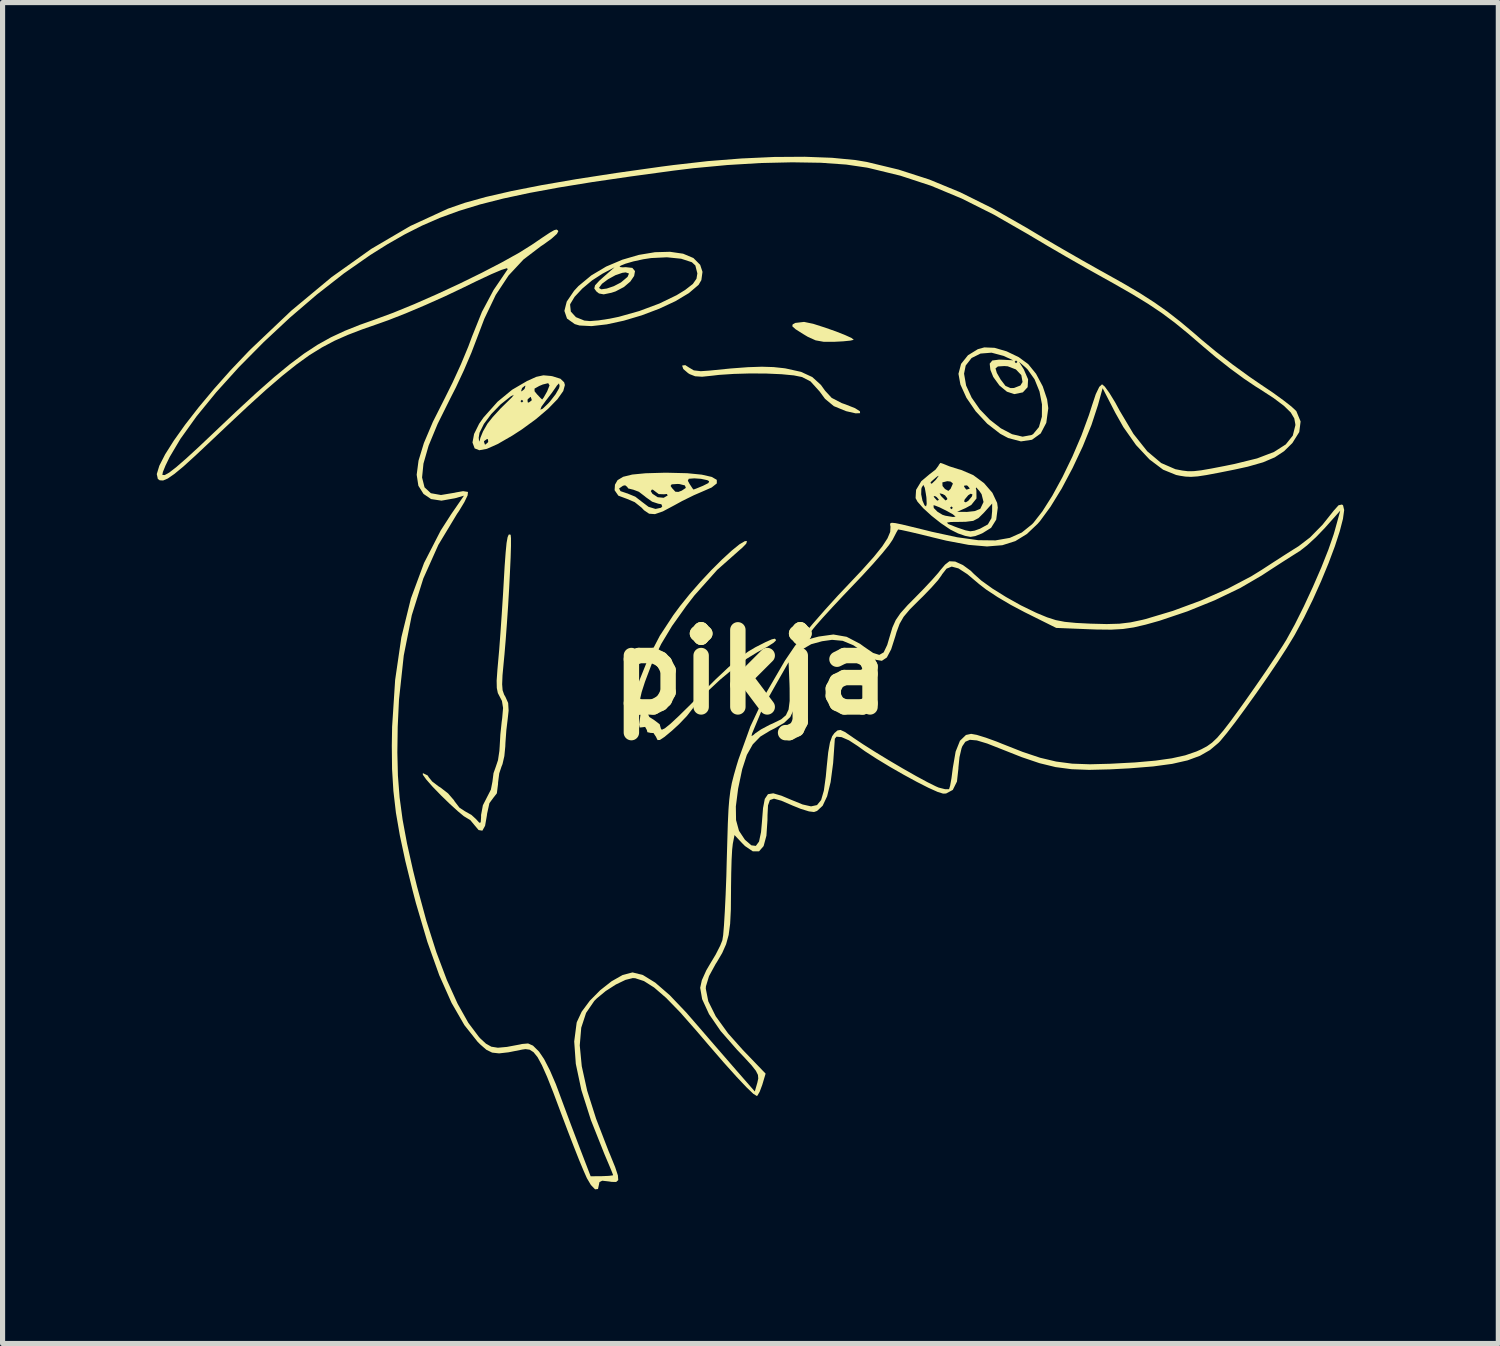
<source format=kicad_pcb>
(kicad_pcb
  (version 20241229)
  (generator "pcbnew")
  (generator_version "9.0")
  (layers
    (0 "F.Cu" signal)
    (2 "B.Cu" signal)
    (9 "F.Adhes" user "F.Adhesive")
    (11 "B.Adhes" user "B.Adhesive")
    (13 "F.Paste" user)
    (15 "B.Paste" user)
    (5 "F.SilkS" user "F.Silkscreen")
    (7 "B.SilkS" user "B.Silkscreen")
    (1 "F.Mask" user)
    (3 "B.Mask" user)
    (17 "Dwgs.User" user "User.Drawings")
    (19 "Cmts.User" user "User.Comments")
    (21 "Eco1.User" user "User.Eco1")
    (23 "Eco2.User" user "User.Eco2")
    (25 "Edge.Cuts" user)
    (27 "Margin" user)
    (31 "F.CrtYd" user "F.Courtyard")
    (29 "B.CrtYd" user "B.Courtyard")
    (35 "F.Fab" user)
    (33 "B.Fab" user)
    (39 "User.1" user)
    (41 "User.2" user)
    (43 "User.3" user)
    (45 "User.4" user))
  (footprint "pikja"
    (layer "F.Cu")
    (at 11.556 10.026)
    (property "Reference" "pikja" (at 0 0 0) (layer "F.SilkS") (effects (font (size 1.5 1.5) (thickness 0.3))))
    (attr board_only exclude_from_pos_files exclude_from_bom)
    (fp_poly (pts (xy 1.216 -6.776) (xy 1.444 -6.703) (xy 1.66 -6.627) (xy 1.839 -6.556) (xy 1.962 -6.5) (xy 2.004 -6.466) (xy 2.003 -6.464) (xy 1.939 -6.449) (xy 1.798 -6.435) (xy 1.631 -6.426) (xy 1.419 -6.426) (xy 1.263 -6.454) (xy 1.112 -6.522) (xy 1.018 -6.578) (xy 0.872 -6.671) (xy 0.809 -6.728) (xy 0.816 -6.764) (xy 0.868 -6.793) (xy 1.038 -6.813)) (stroke (width 0) (type solid)) (fill yes) (layer "F.SilkS"))
    (fp_poly (pts (xy -1.2 -5.925) (xy -1.107 -5.87) (xy -0.972 -5.854) (xy -0.809 -5.865) (xy -0.388 -5.907) (xy -0.053 -5.932) (xy 0.217 -5.941) (xy 0.444 -5.934) (xy 0.649 -5.912) (xy 0.682 -5.907) (xy 0.979 -5.841) (xy 1.198 -5.74) (xy 1.365 -5.588) (xy 1.448 -5.473) (xy 1.575 -5.335) (xy 1.772 -5.233) (xy 1.844 -5.208) (xy 2.029 -5.135) (xy 2.124 -5.075) (xy 2.128 -5.037) (xy 2.041 -5.034) (xy 1.861 -5.075) (xy 1.854 -5.077) (xy 1.617 -5.174) (xy 1.446 -5.316) (xy 1.34 -5.46) (xy 1.164 -5.655) (xy 0.999 -5.74) (xy 0.84 -5.772) (xy 0.6 -5.795) (xy 0.307 -5.808) (xy -0.012 -5.81) (xy -0.329 -5.801) (xy -0.617 -5.782) (xy -0.743 -5.767) (xy -0.946 -5.746) (xy -1.081 -5.755) (xy -1.186 -5.796) (xy -1.22 -5.817) (xy -1.311 -5.896) (xy -1.334 -5.961) (xy -1.332 -5.964) (xy -1.273 -5.972)) (stroke (width 0) (type solid)) (fill yes) (layer "F.SilkS"))
    (fp_poly (pts (xy -0.071 -2.548) (xy -0.088 -2.497) (xy -0.17 -2.413) (xy -0.197 -2.391) (xy -0.652 -1.988) (xy -1.095 -1.491) (xy -1.255 -1.284) (xy -1.531 -0.896) (xy -1.743 -0.544) (xy -1.914 -0.189) (xy -2.057 0.189) (xy -2.121 0.388) (xy -2.149 0.509) (xy -2.143 0.577) (xy -2.105 0.614) (xy -2.104 0.615) (xy -2.034 0.703) (xy -2.021 0.769) (xy -1.972 0.874) (xy -1.885 0.929) (xy -1.771 1.015) (xy -1.748 1.099) (xy -1.73 1.123) (xy -1.671 1.095) (xy -1.564 1.009) (xy -1.402 0.858) (xy -1.178 0.638) (xy -0.997 0.455) (xy -0.686 0.145) (xy -0.433 -0.093) (xy -0.225 -0.271) (xy -0.048 -0.4) (xy 0.09 -0.482) (xy 0.287 -0.582) (xy 0.408 -0.636) (xy 0.469 -0.65) (xy 0.49 -0.629) (xy 0.491 -0.615) (xy 0.446 -0.571) (xy 0.328 -0.495) (xy 0.159 -0.402) (xy 0.134 -0.389) (xy -0.083 -0.256) (xy -0.335 -0.069) (xy -0.594 0.147) (xy -0.834 0.37) (xy -1.03 0.579) (xy -1.142 0.727) (xy -1.243 0.856) (xy -1.394 1.014) (xy -1.531 1.14) (xy -1.679 1.263) (xy -1.767 1.321) (xy -1.812 1.323) (xy -1.836 1.276) (xy -1.839 1.266) (xy -1.892 1.186) (xy -1.945 1.184) (xy -2.01 1.17) (xy -2.021 1.127) (xy -2.054 1.067) (xy -2.107 1.074) (xy -2.16 1.079) (xy -2.172 1.021) (xy -2.155 0.908) (xy -2.138 0.779) (xy -2.157 0.733) (xy -2.201 0.74) (xy -2.277 0.751) (xy -2.309 0.7) (xy -2.297 0.579) (xy -2.24 0.377) (xy -2.162 0.153) (xy -1.978 -0.304) (xy -1.768 -0.707) (xy -1.508 -1.104) (xy -1.377 -1.281) (xy -1.188 -1.516) (xy -0.98 -1.754) (xy -0.766 -1.983) (xy -0.558 -2.19) (xy -0.371 -2.362) (xy -0.218 -2.486) (xy -0.112 -2.548)) (stroke (width 0) (type solid)) (fill yes) (layer "F.SilkS"))
    (fp_poly (pts (xy 4.743 -6.309) (xy 4.98 -6.24) (xy 5.215 -6.127) (xy 5.399 -5.992) (xy 5.552 -5.803) (xy 5.682 -5.559) (xy 5.767 -5.306) (xy 5.79 -5.134) (xy 5.751 -4.849) (xy 5.642 -4.642) (xy 5.473 -4.52) (xy 5.258 -4.488) (xy 5.007 -4.554) (xy 4.855 -4.636) (xy 4.602 -4.832) (xy 4.377 -5.074) (xy 4.197 -5.337) (xy 4.08 -5.595) (xy 4.042 -5.804) (xy 4.043 -5.806) (xy 4.151 -5.806) (xy 4.191 -5.575) (xy 4.299 -5.339) (xy 4.458 -5.111) (xy 4.654 -4.908) (xy 4.868 -4.742) (xy 5.086 -4.628) (xy 5.29 -4.58) (xy 5.465 -4.613) (xy 5.495 -4.63) (xy 5.608 -4.767) (xy 5.665 -4.968) (xy 5.667 -5.208) (xy 5.619 -5.459) (xy 5.523 -5.696) (xy 5.383 -5.893) (xy 5.338 -5.935) (xy 5.221 -6.036) (xy 5.314 -5.888) (xy 5.397 -5.696) (xy 5.388 -5.543) (xy 5.295 -5.442) (xy 5.129 -5.408) (xy 4.985 -5.455) (xy 4.839 -5.576) (xy 4.719 -5.742) (xy 4.664 -5.879) (xy 4.66 -5.908) (xy 4.763 -5.908) (xy 4.789 -5.82) (xy 4.863 -5.691) (xy 4.957 -5.568) (xy 5.055 -5.525) (xy 5.122 -5.527) (xy 5.248 -5.576) (xy 5.289 -5.644) (xy 5.265 -5.778) (xy 5.16 -5.888) (xy 5.001 -5.949) (xy 4.935 -5.954) (xy 4.809 -5.946) (xy 4.763 -5.908) (xy 4.66 -5.908) (xy 4.65 -6.001) (xy 4.679 -6.036) (xy 5.135 -6.036) (xy 5.162 -6.009) (xy 5.189 -6.036) (xy 5.162 -6.063) (xy 5.135 -6.036) (xy 4.679 -6.036) (xy 4.7 -6.062) (xy 4.832 -6.079) (xy 4.905 -6.077) (xy 5.107 -6.066) (xy 4.918 -6.152) (xy 4.686 -6.214) (xy 4.472 -6.197) (xy 4.297 -6.11) (xy 4.183 -5.964) (xy 4.151 -5.806) (xy 4.043 -5.806) (xy 4.093 -5.996) (xy 4.227 -6.164) (xy 4.419 -6.282) (xy 4.545 -6.317)) (stroke (width 0) (type solid)) (fill yes) (layer "F.SilkS"))
    (fp_poly (pts (xy -1.315 -8.14) (xy -1.115 -8.056) (xy -0.983 -7.923) (xy -0.938 -7.787) (xy -0.96 -7.626) (xy -1.014 -7.534) (xy -1.203 -7.373) (xy -1.465 -7.216) (xy -1.778 -7.07) (xy -2.119 -6.941) (xy -2.468 -6.837) (xy -2.8 -6.765) (xy -3.096 -6.731) (xy -3.331 -6.743) (xy -3.423 -6.77) (xy -3.574 -6.878) (xy -3.625 -7.027) (xy -3.595 -7.148) (xy -3.514 -7.148) (xy -3.5 -7.014) (xy -3.4 -6.905) (xy -3.237 -6.839) (xy -3.127 -6.829) (xy -2.963 -6.842) (xy -2.746 -6.875) (xy -2.567 -6.912) (xy -2.166 -7.025) (xy -1.778 -7.17) (xy -1.441 -7.333) (xy -1.275 -7.435) (xy -1.126 -7.551) (xy -1.055 -7.653) (xy -1.038 -7.757) (xy -1.077 -7.911) (xy -1.145 -7.974) (xy -1.353 -8.042) (xy -1.63 -8.07) (xy -1.938 -8.055) (xy -2.089 -8.032) (xy -2.283 -7.99) (xy -2.435 -7.946) (xy -2.529 -7.908) (xy -2.553 -7.882) (xy -2.491 -7.874) (xy -2.433 -7.878) (xy -2.303 -7.864) (xy -2.251 -7.801) (xy -2.268 -7.707) (xy -2.342 -7.598) (xy -2.466 -7.492) (xy -2.63 -7.406) (xy -2.71 -7.38) (xy -2.86 -7.349) (xy -2.952 -7.366) (xy -3.003 -7.406) (xy -3.043 -7.463) (xy -3.041 -7.472) (xy -2.95 -7.472) (xy -2.907 -7.447) (xy -2.8 -7.462) (xy -2.664 -7.508) (xy -2.533 -7.576) (xy -2.516 -7.588) (xy -2.396 -7.689) (xy -2.368 -7.754) (xy -2.432 -7.776) (xy -2.497 -7.768) (xy -2.631 -7.722) (xy -2.775 -7.643) (xy -2.893 -7.555) (xy -2.949 -7.48) (xy -2.95 -7.472) (xy -3.041 -7.472) (xy -3.029 -7.523) (xy -2.949 -7.611) (xy -2.868 -7.684) (xy -2.649 -7.876) (xy -2.884 -7.751) (xy -3.087 -7.62) (xy -3.277 -7.461) (xy -3.427 -7.3) (xy -3.51 -7.162) (xy -3.514 -7.148) (xy -3.595 -7.148) (xy -3.579 -7.209) (xy -3.436 -7.419) (xy -3.352 -7.51) (xy -3.101 -7.718) (xy -2.812 -7.89) (xy -2.498 -8.023) (xy -2.176 -8.117) (xy -1.862 -8.169) (xy -1.57 -8.177)) (stroke (width 0) (type solid)) (fill yes) (layer "F.SilkS"))
    (fp_poly (pts (xy -4.67 -2.668) (xy -4.664 -2.605) (xy -4.664 -2.452) (xy -4.671 -2.226) (xy -4.684 -1.945) (xy -4.7 -1.627) (xy -4.72 -1.289) (xy -4.743 -0.95) (xy -4.767 -0.627) (xy -4.791 -0.34) (xy -4.805 -0.195) (xy -4.829 0.063) (xy -4.836 0.238) (xy -4.827 0.354) (xy -4.798 0.438) (xy -4.772 0.483) (xy -4.719 0.601) (xy -4.71 0.75) (xy -4.726 0.896) (xy -4.754 1.129) (xy -4.772 1.376) (xy -4.775 1.448) (xy -4.793 1.634) (xy -4.829 1.791) (xy -4.849 1.84) (xy -4.893 1.973) (xy -4.915 2.147) (xy -4.916 2.179) (xy -4.939 2.359) (xy -5.01 2.45) (xy -5.084 2.551) (xy -5.129 2.756) (xy -5.133 2.79) (xy -5.168 2.991) (xy -5.221 3.086) (xy -5.294 3.074) (xy -5.374 2.979) (xy -5.456 2.88) (xy -5.523 2.84) (xy -5.582 2.804) (xy -5.701 2.705) (xy -5.86 2.56) (xy -6.022 2.403) (xy -6.19 2.23) (xy -6.313 2.09) (xy -6.379 1.998) (xy -6.379 1.966) (xy -6.286 2.011) (xy -6.262 2.049) (xy -6.197 2.129) (xy -6.074 2.223) (xy -6.035 2.247) (xy -5.888 2.361) (xy -5.775 2.492) (xy -5.761 2.515) (xy -5.667 2.638) (xy -5.562 2.707) (xy -5.434 2.779) (xy -5.344 2.861) (xy -5.28 2.932) (xy -5.253 2.925) (xy -5.246 2.825) (xy -5.246 2.78) (xy -5.211 2.592) (xy -5.135 2.443) (xy -5.055 2.287) (xy -5.025 2.132) (xy -5.004 1.967) (xy -4.959 1.84) (xy -4.917 1.715) (xy -4.89 1.535) (xy -4.884 1.448) (xy -4.871 1.216) (xy -4.845 0.968) (xy -4.835 0.896) (xy -4.818 0.698) (xy -4.84 0.562) (xy -4.88 0.485) (xy -4.92 0.408) (xy -4.94 0.31) (xy -4.943 0.167) (xy -4.928 -0.046) (xy -4.915 -0.193) (xy -4.893 -0.44) (xy -4.869 -0.763) (xy -4.844 -1.127) (xy -4.82 -1.499) (xy -4.809 -1.687) (xy -4.788 -2.055) (xy -4.768 -2.326) (xy -4.75 -2.512) (xy -4.73 -2.624) (xy -4.708 -2.675) (xy -4.681 -2.676)) (stroke (width 0) (type solid)) (fill yes) (layer "F.SilkS"))
    (fp_poly (pts (xy -1.236 -3.869) (xy -0.952 -3.841) (xy -0.759 -3.797) (xy -0.66 -3.74) (xy -0.659 -3.671) (xy -0.76 -3.591) (xy -0.915 -3.523) (xy -1.107 -3.44) (xy -1.334 -3.328) (xy -1.491 -3.242) (xy -1.709 -3.126) (xy -1.863 -3.073) (xy -1.977 -3.081) (xy -2.077 -3.149) (xy -2.121 -3.197) (xy -2.257 -3.306) (xy -2.403 -3.368) (xy -2.575 -3.432) (xy -2.648 -3.538) (xy -2.646 -3.572) (xy -2.561 -3.572) (xy -2.533 -3.52) (xy -2.406 -3.477) (xy -2.403 -3.477) (xy -2.245 -3.412) (xy -2.116 -3.312) (xy -1.988 -3.215) (xy -1.852 -3.174) (xy -1.746 -3.196) (xy -1.721 -3.223) (xy -1.738 -3.265) (xy -1.802 -3.277) (xy -1.918 -3.315) (xy -2.044 -3.405) (xy -2.053 -3.414) (xy -2.175 -3.507) (xy -2.208 -3.52) (xy -1.944 -3.52) (xy -1.912 -3.469) (xy -1.81 -3.402) (xy -1.693 -3.391) (xy -1.615 -3.436) (xy -1.631 -3.465) (xy -1.687 -3.459) (xy -1.789 -3.463) (xy -1.827 -3.491) (xy -1.901 -3.547) (xy -1.922 -3.551) (xy -1.944 -3.52) (xy -2.208 -3.52) (xy -2.289 -3.55) (xy -2.297 -3.551) (xy -2.384 -3.573) (xy -2.403 -3.603) (xy -2.426 -3.621) (xy -1.559 -3.621) (xy -1.529 -3.578) (xy -1.466 -3.509) (xy -1.408 -3.505) (xy -1.343 -3.529) (xy -1.262 -3.583) (xy -1.28 -3.631) (xy -1.385 -3.658) (xy -1.427 -3.66) (xy -1.538 -3.652) (xy -1.559 -3.621) (xy -2.426 -3.621) (xy -2.443 -3.634) (xy -2.485 -3.625) (xy -2.561 -3.572) (xy -2.646 -3.572) (xy -2.641 -3.646) (xy -2.597 -3.723) (xy -1.223 -3.723) (xy -1.189 -3.66) (xy -1.134 -3.576) (xy -1.113 -3.551) (xy -1.063 -3.569) (xy -0.951 -3.615) (xy -0.929 -3.624) (xy -0.822 -3.678) (xy -0.809 -3.714) (xy -0.845 -3.734) (xy -0.968 -3.76) (xy -1.097 -3.769) (xy -1.205 -3.761) (xy -1.223 -3.723) (xy -2.597 -3.723) (xy -2.59 -3.734) (xy -2.483 -3.799) (xy -2.305 -3.843) (xy -2.047 -3.868) (xy -1.695 -3.878) (xy -1.606 -3.878)) (stroke (width 0) (type solid)) (fill yes) (layer "F.SilkS"))
    (fp_poly (pts (xy -3.888 -5.761) (xy -3.855 -5.755) (xy -3.702 -5.707) (xy -3.63 -5.638) (xy -3.615 -5.585) (xy -3.647 -5.468) (xy -3.76 -5.309) (xy -3.941 -5.123) (xy -4.176 -4.923) (xy -4.451 -4.722) (xy -4.641 -4.599) (xy -4.924 -4.436) (xy -5.134 -4.343) (xy -5.281 -4.316) (xy -5.371 -4.352) (xy -5.413 -4.466) (xy -5.411 -4.479) (xy -5.189 -4.479) (xy -5.171 -4.426) (xy -5.165 -4.425) (xy -5.119 -4.463) (xy -5.107 -4.479) (xy -5.112 -4.529) (xy -5.131 -4.534) (xy -5.187 -4.494) (xy -5.189 -4.479) (xy -5.411 -4.479) (xy -5.395 -4.563) (xy -5.292 -4.563) (xy -5.285 -4.483) (xy -5.271 -4.511) (xy -5.258 -4.561) (xy -5.209 -4.681) (xy -5.127 -4.824) (xy -5.121 -4.834) (xy -5.019 -4.962) (xy -4.888 -5.105) (xy -4.093 -5.105) (xy -4.047 -5.124) (xy -3.942 -5.224) (xy -3.903 -5.267) (xy -3.796 -5.405) (xy -3.729 -5.522) (xy -3.718 -5.567) (xy -3.73 -5.617) (xy -3.771 -5.574) (xy -3.786 -5.551) (xy -3.866 -5.436) (xy -3.97 -5.301) (xy -3.974 -5.297) (xy -4.071 -5.164) (xy -4.093 -5.105) (xy -4.888 -5.105) (xy -4.873 -5.122) (xy -4.758 -5.235) (xy -4.721 -5.271) (xy -4.479 -5.271) (xy -4.452 -5.244) (xy -4.425 -5.271) (xy -4.452 -5.298) (xy -4.343 -5.298) (xy -4.338 -5.248) (xy -4.318 -5.244) (xy -4.263 -5.284) (xy -4.261 -5.298) (xy -4.279 -5.352) (xy -4.285 -5.353) (xy -4.331 -5.315) (xy -4.343 -5.298) (xy -4.452 -5.298) (xy -4.479 -5.271) (xy -4.721 -5.271) (xy -4.643 -5.348) (xy -4.609 -5.394) (xy -4.657 -5.371) (xy -4.67 -5.363) (xy -4.868 -5.206) (xy -5.048 -5.02) (xy -5.191 -4.828) (xy -5.276 -4.656) (xy -5.292 -4.563) (xy -5.395 -4.563) (xy -5.382 -4.633) (xy -5.284 -4.831) (xy -5.197 -4.955) (xy -4.925 -5.26) (xy -4.675 -5.466) (xy -4.466 -5.466) (xy -4.458 -5.462) (xy -4.408 -5.501) (xy -4.399 -5.515) (xy -4.206 -5.515) (xy -4.205 -5.463) (xy -4.159 -5.406) (xy -4.086 -5.329) (xy -4.057 -5.303) (xy -4.027 -5.343) (xy -3.969 -5.446) (xy -3.96 -5.462) (xy -3.914 -5.578) (xy -3.94 -5.621) (xy -4.046 -5.595) (xy -4.115 -5.566) (xy -4.206 -5.515) (xy -4.399 -5.515) (xy -4.397 -5.517) (xy -4.383 -5.568) (xy -4.391 -5.572) (xy -4.441 -5.533) (xy -4.452 -5.517) (xy -4.466 -5.466) (xy -4.675 -5.466) (xy -4.642 -5.493) (xy -4.353 -5.662) (xy -4.172 -5.744) (xy -4.033 -5.774)) (stroke (width 0) (type solid)) (fill yes) (layer "F.SilkS"))
    (fp_poly (pts (xy 3.755 -4.048) (xy 3.866 -4.003) (xy 4.03 -3.951) (xy 4.097 -3.932) (xy 4.33 -3.832) (xy 4.54 -3.676) (xy 4.703 -3.487) (xy 4.795 -3.291) (xy 4.807 -3.199) (xy 4.777 -2.966) (xy 4.677 -2.806) (xy 4.504 -2.699) (xy 4.37 -2.646) (xy 4.276 -2.63) (xy 4.172 -2.65) (xy 4.033 -2.698) (xy 3.883 -2.773) (xy 3.703 -2.895) (xy 3.686 -2.908) (xy 3.818 -2.908) (xy 3.843 -2.881) (xy 3.968 -2.831) (xy 4.024 -2.81) (xy 4.178 -2.758) (xy 4.273 -2.739) (xy 4.355 -2.751) (xy 4.461 -2.789) (xy 4.614 -2.873) (xy 4.684 -2.994) (xy 4.697 -3.128) (xy 4.698 -3.279) (xy 4.538 -3.101) (xy 4.432 -2.996) (xy 4.329 -2.942) (xy 4.184 -2.924) (xy 4.078 -2.922) (xy 3.895 -2.92) (xy 3.818 -2.908) (xy 3.686 -2.908) (xy 3.519 -3.04) (xy 3.358 -3.187) (xy 3.245 -3.315) (xy 3.208 -3.384) (xy 3.212 -3.458) (xy 3.317 -3.458) (xy 3.342 -3.335) (xy 3.383 -3.243) (xy 3.412 -3.223) (xy 3.417 -3.244) (xy 3.556 -3.244) (xy 3.562 -3.192) (xy 3.632 -3.121) (xy 3.731 -3.06) (xy 3.787 -3.042) (xy 3.938 -3.017) (xy 3.986 -3.025) (xy 3.932 -3.07) (xy 3.846 -3.118) (xy 4.015 -3.118) (xy 4.209 -3.116) (xy 4.358 -3.132) (xy 4.462 -3.174) (xy 4.468 -3.179) (xy 4.53 -3.309) (xy 4.492 -3.461) (xy 4.447 -3.526) (xy 4.388 -3.593) (xy 4.38 -3.574) (xy 4.391 -3.537) (xy 4.393 -3.378) (xy 4.291 -3.251) (xy 4.184 -3.192) (xy 4.015 -3.118) (xy 3.846 -3.118) (xy 3.819 -3.133) (xy 3.694 -3.195) (xy 3.878 -3.195) (xy 3.906 -3.168) (xy 3.933 -3.195) (xy 3.906 -3.223) (xy 3.878 -3.195) (xy 3.694 -3.195) (xy 3.677 -3.204) (xy 3.58 -3.242) (xy 3.556 -3.244) (xy 3.417 -3.244) (xy 3.424 -3.27) (xy 3.422 -3.319) (xy 4.151 -3.319) (xy 4.184 -3.302) (xy 4.233 -3.332) (xy 4.302 -3.414) (xy 4.315 -3.455) (xy 4.282 -3.471) (xy 4.233 -3.441) (xy 4.164 -3.359) (xy 4.151 -3.319) (xy 3.422 -3.319) (xy 3.419 -3.388) (xy 3.415 -3.422) (xy 3.414 -3.426) (xy 3.559 -3.426) (xy 3.573 -3.395) (xy 3.628 -3.336) (xy 3.659 -3.348) (xy 3.66 -3.356) (xy 3.621 -3.402) (xy 3.597 -3.419) (xy 3.559 -3.426) (xy 3.414 -3.426) (xy 3.406 -3.478) (xy 3.675 -3.478) (xy 3.7 -3.431) (xy 3.713 -3.415) (xy 3.79 -3.339) (xy 3.822 -3.357) (xy 3.824 -3.381) (xy 3.78 -3.439) (xy 3.734 -3.464) (xy 3.675 -3.478) (xy 3.406 -3.478) (xy 3.387 -3.585) (xy 3.359 -3.641) (xy 3.328 -3.592) (xy 3.32 -3.564) (xy 3.317 -3.458) (xy 3.212 -3.458) (xy 3.218 -3.546) (xy 3.299 -3.68) (xy 3.496 -3.68) (xy 3.522 -3.664) (xy 3.549 -3.69) (xy 3.729 -3.69) (xy 3.732 -3.62) (xy 3.78 -3.562) (xy 3.846 -3.525) (xy 3.888 -3.564) (xy 3.908 -3.608) (xy 4.151 -3.608) (xy 4.191 -3.553) (xy 4.206 -3.551) (xy 4.259 -3.569) (xy 4.261 -3.575) (xy 4.222 -3.621) (xy 4.206 -3.632) (xy 4.156 -3.628) (xy 4.151 -3.608) (xy 3.908 -3.608) (xy 3.928 -3.652) (xy 3.932 -3.673) (xy 3.887 -3.707) (xy 3.824 -3.714) (xy 3.729 -3.69) (xy 3.549 -3.69) (xy 3.595 -3.734) (xy 3.612 -3.755) (xy 3.659 -3.82) (xy 3.631 -3.807) (xy 3.592 -3.776) (xy 3.516 -3.709) (xy 3.496 -3.68) (xy 3.299 -3.68) (xy 3.318 -3.713) (xy 3.482 -3.851) (xy 3.596 -3.939) (xy 3.655 -4.017) (xy 3.658 -4.029) (xy 3.69 -4.07)) (stroke (width 0) (type solid)) (fill yes) (layer "F.SilkS"))
    (fp_poly (pts (xy 1.583 -10.006) (xy 2.039 -9.962) (xy 2.26 -9.925) (xy 2.878 -9.776) (xy 3.476 -9.583) (xy 4.075 -9.336) (xy 4.699 -9.026) (xy 5.37 -8.643) (xy 5.408 -8.62) (xy 5.721 -8.433) (xy 6.088 -8.219) (xy 6.465 -8.003) (xy 6.809 -7.809) (xy 6.85 -7.787) (xy 7.251 -7.562) (xy 7.579 -7.369) (xy 7.857 -7.19) (xy 8.111 -7.011) (xy 8.365 -6.813) (xy 8.642 -6.58) (xy 8.767 -6.471) (xy 9.047 -6.239) (xy 9.375 -5.985) (xy 9.704 -5.746) (xy 9.92 -5.598) (xy 10.155 -5.44) (xy 10.362 -5.29) (xy 10.521 -5.166) (xy 10.611 -5.082) (xy 10.617 -5.074) (xy 10.699 -4.876) (xy 10.673 -4.67) (xy 10.539 -4.456) (xy 10.534 -4.451) (xy 10.377 -4.297) (xy 10.197 -4.178) (xy 9.969 -4.081) (xy 9.671 -3.996) (xy 9.421 -3.941) (xy 9.101 -3.877) (xy 8.867 -3.833) (xy 8.696 -3.807) (xy 8.567 -3.798) (xy 8.459 -3.803) (xy 8.349 -3.82) (xy 8.277 -3.835) (xy 8.023 -3.938) (xy 7.759 -4.137) (xy 7.497 -4.417) (xy 7.25 -4.767) (xy 7.095 -5.042) (xy 6.847 -5.523) (xy 6.756 -5.193) (xy 6.63 -4.808) (xy 6.461 -4.391) (xy 6.263 -3.97) (xy 6.05 -3.569) (xy 5.833 -3.216) (xy 5.628 -2.936) (xy 5.582 -2.884) (xy 5.373 -2.686) (xy 5.149 -2.548) (xy 4.896 -2.468) (xy 4.597 -2.444) (xy 4.238 -2.475) (xy 3.804 -2.557) (xy 3.556 -2.617) (xy 3.301 -2.68) (xy 3.088 -2.73) (xy 2.937 -2.763) (xy 2.869 -2.774) (xy 2.867 -2.773) (xy 2.836 -2.72) (xy 2.777 -2.606) (xy 2.759 -2.572) (xy 2.689 -2.469) (xy 2.558 -2.308) (xy 2.38 -2.104) (xy 2.171 -1.876) (xy 2.027 -1.725) (xy 1.799 -1.486) (xy 1.585 -1.257) (xy 1.401 -1.056) (xy 1.266 -0.903) (xy 1.216 -0.842) (xy 1.042 -0.618) (xy 1.323 -0.691) (xy 1.609 -0.731) (xy 1.867 -0.686) (xy 2.127 -0.55) (xy 2.208 -0.491) (xy 2.382 -0.372) (xy 2.502 -0.334) (xy 2.587 -0.383) (xy 2.656 -0.528) (xy 2.704 -0.691) (xy 2.758 -0.87) (xy 2.822 -1.012) (xy 2.914 -1.146) (xy 3.054 -1.303) (xy 3.192 -1.442) (xy 3.371 -1.625) (xy 3.531 -1.796) (xy 3.649 -1.93) (xy 3.687 -1.979) (xy 3.781 -2.09) (xy 3.864 -2.155) (xy 3.866 -2.156) (xy 3.979 -2.15) (xy 4.129 -2.082) (xy 4.281 -1.971) (xy 4.343 -1.909) (xy 4.486 -1.781) (xy 4.703 -1.625) (xy 4.968 -1.46) (xy 5.255 -1.299) (xy 5.539 -1.161) (xy 5.572 -1.146) (xy 5.768 -1.065) (xy 5.936 -1.011) (xy 6.112 -0.977) (xy 6.33 -0.956) (xy 6.609 -0.942) (xy 6.926 -0.934) (xy 7.173 -0.941) (xy 7.39 -0.967) (xy 7.616 -1.015) (xy 7.681 -1.031) (xy 8.215 -1.191) (xy 8.759 -1.392) (xy 9.277 -1.62) (xy 9.737 -1.862) (xy 9.941 -1.988) (xy 10.173 -2.139) (xy 10.392 -2.28) (xy 10.57 -2.393) (xy 10.66 -2.449) (xy 10.882 -2.619) (xy 11.124 -2.865) (xy 11.344 -3.141) (xy 11.437 -3.245) (xy 11.504 -3.26) (xy 11.525 -3.244) (xy 11.547 -3.153) (xy 11.523 -2.98) (xy 11.461 -2.741) (xy 11.366 -2.448) (xy 11.243 -2.119) (xy 11.098 -1.768) (xy 10.937 -1.409) (xy 10.765 -1.058) (xy 10.588 -0.729) (xy 10.561 -0.683) (xy 10.426 -0.462) (xy 10.253 -0.195) (xy 10.053 0.101) (xy 9.84 0.407) (xy 9.628 0.703) (xy 9.431 0.971) (xy 9.261 1.191) (xy 9.133 1.345) (xy 9.101 1.378) (xy 8.936 1.517) (xy 8.741 1.629) (xy 8.5 1.718) (xy 8.201 1.786) (xy 7.831 1.836) (xy 7.374 1.873) (xy 6.992 1.893) (xy 6.586 1.903) (xy 6.243 1.89) (xy 5.932 1.849) (xy 5.62 1.773) (xy 5.274 1.656) (xy 4.88 1.5) (xy 4.6 1.39) (xy 4.4 1.33) (xy 4.264 1.318) (xy 4.176 1.356) (xy 4.118 1.442) (xy 4.102 1.483) (xy 4.062 1.656) (xy 4.042 1.853) (xy 4.041 1.879) (xy 4.013 2.13) (xy 3.932 2.293) (xy 3.801 2.363) (xy 3.743 2.365) (xy 3.637 2.332) (xy 3.459 2.252) (xy 3.231 2.136) (xy 2.972 1.995) (xy 2.705 1.842) (xy 2.448 1.686) (xy 2.224 1.541) (xy 2.082 1.439) (xy 1.913 1.329) (xy 1.768 1.266) (xy 1.669 1.257) (xy 1.637 1.297) (xy 1.604 1.77) (xy 1.555 2.141) (xy 1.487 2.416) (xy 1.4 2.601) (xy 1.291 2.702) (xy 1.232 2.723) (xy 1.134 2.711) (xy 0.975 2.662) (xy 0.821 2.6) (xy 0.597 2.503) (xy 0.453 2.463) (xy 0.373 2.49) (xy 0.337 2.594) (xy 0.327 2.785) (xy 0.326 2.881) (xy 0.306 3.183) (xy 0.251 3.386) (xy 0.162 3.488) (xy 0.041 3.488) (xy -0.111 3.385) (xy -0.163 3.333) (xy -0.315 3.171) (xy -0.348 3.34) (xy -0.361 3.457) (xy -0.372 3.657) (xy -0.379 3.914) (xy -0.383 4.201) (xy -0.383 4.254) (xy -0.386 4.618) (xy -0.4 4.897) (xy -0.429 5.115) (xy -0.479 5.296) (xy -0.554 5.465) (xy -0.659 5.644) (xy -0.682 5.679) (xy -0.811 5.916) (xy -0.871 6.114) (xy -0.874 6.159) (xy -0.825 6.406) (xy -0.68 6.698) (xy -0.44 7.03) (xy -0.152 7.353) (xy 0.29 7.813) (xy 0.225 8.031) (xy 0.175 8.165) (xy 0.13 8.242) (xy 0.119 8.248) (xy 0.051 8.206) (xy -0.08 8.081) (xy -0.272 7.878) (xy -0.522 7.6) (xy -0.825 7.25) (xy -1.041 6.997) (xy -1.368 6.625) (xy -1.645 6.34) (xy -1.88 6.137) (xy -2.077 6.012) (xy -2.246 5.957) (xy -2.294 5.954) (xy -2.436 5.989) (xy -2.623 6.079) (xy -2.821 6.206) (xy -2.994 6.349) (xy -3.043 6.398) (xy -3.203 6.632) (xy -3.297 6.919) (xy -3.326 7.263) (xy -3.287 7.669) (xy -3.182 8.144) (xy -3.008 8.691) (xy -2.766 9.318) (xy -2.736 9.389) (xy -2.637 9.633) (xy -2.584 9.793) (xy -2.577 9.884) (xy -2.618 9.921) (xy -2.706 9.919) (xy -2.758 9.911) (xy -2.889 9.896) (xy -2.943 9.924) (xy -2.95 9.96) (xy -2.971 10.058) (xy -3.028 10.064) (xy -3.109 9.98) (xy -3.187 9.848) (xy -3.247 9.713) (xy -3.337 9.498) (xy -3.446 9.222) (xy -3.567 8.909) (xy -3.689 8.586) (xy -3.839 8.185) (xy -3.961 7.877) (xy -4.062 7.65) (xy -4.147 7.493) (xy -4.225 7.396) (xy -4.301 7.347) (xy -4.382 7.336) (xy -4.446 7.345) (xy -4.711 7.398) (xy -4.896 7.419) (xy -5.031 7.404) (xy -5.143 7.349) (xy -5.259 7.248) (xy -5.314 7.193) (xy -5.571 6.869) (xy -5.82 6.437) (xy -6.06 5.898) (xy -6.291 5.25) (xy -6.514 4.495) (xy -6.579 4.247) (xy -6.72 3.676) (xy -6.826 3.181) (xy -6.903 2.736) (xy -6.952 2.313) (xy -6.978 1.887) (xy -6.983 1.43) (xy -6.977 1.065) (xy -6.918 0.153) (xy -6.797 -0.677) (xy -6.611 -1.433) (xy -6.356 -2.122) (xy -6.032 -2.753) (xy -5.83 -3.068) (xy -5.579 -3.432) (xy -5.752 -3.382) (xy -6.016 -3.335) (xy -6.219 -3.366) (xy -6.366 -3.466) (xy -6.466 -3.625) (xy -6.499 -3.839) (xy -6.463 -4.114) (xy -6.359 -4.455) (xy -6.184 -4.868) (xy -5.953 -5.326) (xy -5.799 -5.636) (xy -5.638 -5.988) (xy -5.495 -6.332) (xy -5.422 -6.528) (xy -5.229 -7.009) (xy -5.003 -7.433) (xy -4.728 -7.838) (xy -4.742 -7.858) (xy -4.849 -7.825) (xy -5.047 -7.741) (xy -5.333 -7.607) (xy -5.589 -7.482) (xy -5.946 -7.312) (xy -6.331 -7.14) (xy -6.709 -6.98) (xy -7.048 -6.847) (xy -7.239 -6.779) (xy -7.557 -6.668) (xy -7.839 -6.56) (xy -8.097 -6.446) (xy -8.341 -6.317) (xy -8.585 -6.166) (xy -8.839 -5.983) (xy -9.116 -5.762) (xy -9.428 -5.494) (xy -9.785 -5.17) (xy -10.199 -4.782) (xy -10.512 -4.486) (xy -10.809 -4.207) (xy -11.039 -3.998) (xy -11.214 -3.854) (xy -11.341 -3.766) (xy -11.433 -3.727) (xy -11.498 -3.731) (xy -11.535 -3.757) (xy -11.552 -3.836) (xy -11.447 -3.836) (xy -11.401 -3.833) (xy -11.314 -3.881) (xy -11.178 -3.986) (xy -10.985 -4.154) (xy -10.728 -4.39) (xy -10.477 -4.628) (xy -10.016 -5.065) (xy -9.619 -5.432) (xy -9.273 -5.737) (xy -8.967 -5.989) (xy -8.689 -6.197) (xy -8.426 -6.369) (xy -8.166 -6.514) (xy -7.898 -6.639) (xy -7.608 -6.755) (xy -7.314 -6.859) (xy -6.958 -6.99) (xy -6.55 -7.157) (xy -6.111 -7.35) (xy -5.664 -7.557) (xy -5.232 -7.769) (xy -4.837 -7.974) (xy -4.5 -8.162) (xy -4.261 -8.312) (xy -4.048 -8.457) (xy -3.909 -8.549) (xy -3.825 -8.597) (xy -3.78 -8.61) (xy -3.756 -8.597) (xy -3.743 -8.578) (xy -3.77 -8.526) (xy -3.871 -8.435) (xy -4.026 -8.322) (xy -4.081 -8.286) (xy -4.42 -8.028) (xy -4.71 -7.717) (xy -4.961 -7.337) (xy -5.183 -6.873) (xy -5.323 -6.504) (xy -5.435 -6.211) (xy -5.58 -5.872) (xy -5.737 -5.536) (xy -5.842 -5.33) (xy -6.091 -4.829) (xy -6.267 -4.404) (xy -6.367 -4.056) (xy -6.394 -3.786) (xy -6.346 -3.594) (xy -6.223 -3.48) (xy -6.026 -3.445) (xy -5.756 -3.49) (xy -5.737 -3.495) (xy -5.596 -3.52) (xy -5.506 -3.506) (xy -5.501 -3.502) (xy -5.508 -3.438) (xy -5.57 -3.308) (xy -5.675 -3.134) (xy -5.713 -3.079) (xy -6.077 -2.475) (xy -6.37 -1.82) (xy -6.594 -1.106) (xy -6.75 -0.324) (xy -6.843 0.536) (xy -6.868 1.065) (xy -6.875 1.565) (xy -6.864 2.014) (xy -6.831 2.44) (xy -6.773 2.871) (xy -6.687 3.334) (xy -6.57 3.857) (xy -6.492 4.172) (xy -6.31 4.841) (xy -6.116 5.45) (xy -5.912 5.991) (xy -5.703 6.452) (xy -5.493 6.826) (xy -5.286 7.101) (xy -5.26 7.129) (xy -5.151 7.23) (xy -5.046 7.289) (xy -4.919 7.309) (xy -4.743 7.293) (xy -4.492 7.246) (xy -4.448 7.236) (xy -4.331 7.226) (xy -4.236 7.268) (xy -4.123 7.38) (xy -4.116 7.388) (xy -4.02 7.53) (xy -3.907 7.749) (xy -3.792 8.016) (xy -3.744 8.144) (xy -3.628 8.457) (xy -3.497 8.808) (xy -3.371 9.14) (xy -3.325 9.261) (xy -3.114 9.81) (xy -2.895 9.808) (xy -2.758 9.802) (xy -2.682 9.792) (xy -2.677 9.788) (xy -2.697 9.734) (xy -2.75 9.605) (xy -2.826 9.426) (xy -2.846 9.379) (xy -3.109 8.717) (xy -3.295 8.132) (xy -3.403 7.622) (xy -3.434 7.187) (xy -3.387 6.826) (xy -3.383 6.81) (xy -3.289 6.608) (xy -3.13 6.394) (xy -2.928 6.19) (xy -2.707 6.016) (xy -2.492 5.894) (xy -2.305 5.845) (xy -2.294 5.845) (xy -2.098 5.894) (xy -1.858 6.042) (xy -1.576 6.286) (xy -1.252 6.626) (xy -1.166 6.725) (xy -0.941 6.985) (xy -0.699 7.265) (xy -0.469 7.53) (xy -0.302 7.723) (xy 0.08 8.16) (xy 0.13 7.986) (xy 0.147 7.908) (xy 0.141 7.838) (xy 0.101 7.758) (xy 0.015 7.649) (xy -0.128 7.493) (xy -0.269 7.345) (xy -0.585 6.984) (xy -0.811 6.655) (xy -0.945 6.364) (xy -0.983 6.143) (xy -0.951 5.996) (xy -0.864 5.803) (xy -0.793 5.682) (xy -0.682 5.497) (xy -0.593 5.322) (xy -0.552 5.219) (xy -0.536 5.12) (xy -0.52 4.928) (xy -0.504 4.661) (xy -0.488 4.336) (xy -0.474 3.971) (xy -0.467 3.695) (xy -0.455 3.275) (xy -0.445 2.945) (xy -0.433 2.687) (xy -0.428 2.615) (xy -0.289 2.615) (xy -0.285 2.88) (xy -0.228 3.088) (xy -0.117 3.256) (xy -0.105 3.269) (xy 0.013 3.371) (xy 0.1 3.382) (xy 0.162 3.298) (xy 0.201 3.114) (xy 0.218 2.922) (xy 0.24 2.646) (xy 0.274 2.468) (xy 0.336 2.376) (xy 0.439 2.359) (xy 0.599 2.406) (xy 0.787 2.485) (xy 1.01 2.576) (xy 1.174 2.613) (xy 1.29 2.588) (xy 1.37 2.49) (xy 1.423 2.308) (xy 1.461 2.033) (xy 1.479 1.84) (xy 1.508 1.56) (xy 1.542 1.369) (xy 1.585 1.248) (xy 1.628 1.188) (xy 1.688 1.136) (xy 1.747 1.126) (xy 1.832 1.165) (xy 1.973 1.261) (xy 1.998 1.279) (xy 2.183 1.403) (xy 2.42 1.553) (xy 2.686 1.715) (xy 2.959 1.876) (xy 3.218 2.023) (xy 3.44 2.143) (xy 3.603 2.224) (xy 3.656 2.247) (xy 3.782 2.279) (xy 3.857 2.279) (xy 3.86 2.276) (xy 3.88 2.211) (xy 3.906 2.066) (xy 3.931 1.874) (xy 3.933 1.86) (xy 3.987 1.548) (xy 4.071 1.337) (xy 4.188 1.224) (xy 4.289 1.202) (xy 4.399 1.222) (xy 4.577 1.277) (xy 4.792 1.355) (xy 4.88 1.391) (xy 5.288 1.552) (xy 5.631 1.667) (xy 5.943 1.741) (xy 6.255 1.782) (xy 6.599 1.794) (xy 6.992 1.784) (xy 7.479 1.758) (xy 7.874 1.723) (xy 8.193 1.678) (xy 8.454 1.62) (xy 8.672 1.545) (xy 8.77 1.501) (xy 8.877 1.444) (xy 8.975 1.374) (xy 9.077 1.277) (xy 9.196 1.138) (xy 9.346 0.943) (xy 9.539 0.677) (xy 9.622 0.561) (xy 9.827 0.269) (xy 10.028 -0.023) (xy 10.208 -0.293) (xy 10.352 -0.515) (xy 10.422 -0.628) (xy 10.586 -0.926) (xy 10.762 -1.278) (xy 10.938 -1.658) (xy 11.102 -2.035) (xy 11.24 -2.383) (xy 11.34 -2.672) (xy 11.36 -2.739) (xy 11.471 -3.141) (xy 11.17 -2.803) (xy 10.999 -2.625) (xy 10.825 -2.465) (xy 10.681 -2.353) (xy 10.664 -2.343) (xy 10.534 -2.261) (xy 10.341 -2.138) (xy 10.115 -1.992) (xy 9.941 -1.878) (xy 9.524 -1.635) (xy 9.031 -1.398) (xy 8.496 -1.181) (xy 7.953 -0.998) (xy 7.681 -0.922) (xy 7.453 -0.869) (xy 7.243 -0.838) (xy 7.015 -0.825) (xy 6.731 -0.828) (xy 6.591 -0.833) (xy 5.944 -0.859) (xy 5.329 -1.165) (xy 5.061 -1.307) (xy 4.802 -1.46) (xy 4.582 -1.605) (xy 4.446 -1.71) (xy 4.216 -1.904) (xy 4.042 -2.017) (xy 3.911 -2.052) (xy 3.81 -2.012) (xy 3.724 -1.902) (xy 3.714 -1.884) (xy 3.644 -1.787) (xy 3.516 -1.643) (xy 3.353 -1.474) (xy 3.278 -1.401) (xy 3.096 -1.219) (xy 2.976 -1.076) (xy 2.897 -0.939) (xy 2.837 -0.776) (xy 2.816 -0.703) (xy 2.733 -0.443) (xy 2.649 -0.284) (xy 2.552 -0.219) (xy 2.428 -0.24) (xy 2.266 -0.339) (xy 2.237 -0.361) (xy 1.997 -0.522) (xy 1.79 -0.608) (xy 1.583 -0.627) (xy 1.389 -0.6) (xy 1.177 -0.542) (xy 1.032 -0.458) (xy 0.941 -0.329) (xy 0.892 -0.136) (xy 0.875 0.14) (xy 0.874 0.247) (xy 0.867 0.531) (xy 0.837 0.731) (xy 0.77 0.875) (xy 0.651 0.988) (xy 0.465 1.096) (xy 0.381 1.138) (xy 0.188 1.255) (xy 0.04 1.407) (xy -0.075 1.612) (xy -0.165 1.889) (xy -0.242 2.255) (xy -0.245 2.27) (xy -0.289 2.615) (xy -0.428 2.615) (xy -0.417 2.482) (xy -0.396 2.312) (xy -0.367 2.158) (xy -0.327 2.001) (xy -0.276 1.823) (xy -0.239 1.702) (xy -0.074 1.246) (xy 0.016 1.246) (xy 0.051 1.226) (xy 0.089 1.192) (xy 0.2 1.116) (xy 0.363 1.029) (xy 0.449 0.99) (xy 0.592 0.92) (xy 0.685 0.84) (xy 0.737 0.729) (xy 0.758 0.562) (xy 0.757 0.316) (xy 0.754 0.218) (xy 0.737 -0.191) (xy 0.487 0.246) (xy 0.373 0.448) (xy 0.278 0.621) (xy 0.218 0.737) (xy 0.205 0.765) (xy 0.165 0.865) (xy 0.102 1.015) (xy 0.081 1.065) (xy 0.026 1.198) (xy 0.016 1.246) (xy -0.074 1.246) (xy -0.007 1.059) (xy 0.301 0.405) (xy 0.664 -0.219) (xy 0.857 -0.504) (xy 1.005 -0.696) (xy 1.209 -0.941) (xy 1.448 -1.214) (xy 1.701 -1.493) (xy 1.864 -1.665) (xy 2.167 -1.986) (xy 2.396 -2.242) (xy 2.559 -2.445) (xy 2.662 -2.603) (xy 2.714 -2.726) (xy 2.72 -2.825) (xy 2.72 -2.828) (xy 2.712 -2.868) (xy 2.716 -2.894) (xy 2.745 -2.905) (xy 2.816 -2.898) (xy 2.943 -2.872) (xy 3.142 -2.824) (xy 3.428 -2.754) (xy 3.523 -2.73) (xy 4.017 -2.623) (xy 4.426 -2.566) (xy 4.763 -2.562) (xy 5.041 -2.611) (xy 5.274 -2.715) (xy 5.473 -2.875) (xy 5.501 -2.904) (xy 5.675 -3.127) (xy 5.868 -3.431) (xy 6.066 -3.794) (xy 6.259 -4.193) (xy 6.435 -4.604) (xy 6.582 -5.004) (xy 6.641 -5.189) (xy 6.714 -5.408) (xy 6.782 -5.549) (xy 6.836 -5.599) (xy 6.89 -5.553) (xy 6.979 -5.43) (xy 7.09 -5.249) (xy 7.182 -5.08) (xy 7.447 -4.634) (xy 7.715 -4.296) (xy 7.987 -4.067) (xy 8.263 -3.947) (xy 8.279 -3.944) (xy 8.398 -3.921) (xy 8.504 -3.908) (xy 8.619 -3.909) (xy 8.762 -3.925) (xy 8.958 -3.959) (xy 9.226 -4.011) (xy 9.421 -4.051) (xy 9.852 -4.157) (xy 10.18 -4.282) (xy 10.41 -4.429) (xy 10.547 -4.601) (xy 10.597 -4.801) (xy 10.597 -4.82) (xy 10.576 -4.935) (xy 10.507 -5.051) (xy 10.376 -5.179) (xy 10.174 -5.331) (xy 9.886 -5.518) (xy 9.827 -5.554) (xy 9.602 -5.705) (xy 9.331 -5.904) (xy 9.05 -6.125) (xy 8.803 -6.334) (xy 8.509 -6.587) (xy 8.249 -6.799) (xy 7.998 -6.986) (xy 7.732 -7.164) (xy 7.428 -7.35) (xy 7.062 -7.56) (xy 6.85 -7.678) (xy 6.513 -7.867) (xy 6.138 -8.081) (xy 5.767 -8.297) (xy 5.444 -8.489) (xy 5.408 -8.511) (xy 4.734 -8.898) (xy 4.108 -9.212) (xy 3.508 -9.462) (xy 2.911 -9.658) (xy 2.294 -9.808) (xy 2.26 -9.815) (xy 1.858 -9.874) (xy 1.367 -9.909) (xy 0.807 -9.918) (xy 0.193 -9.904) (xy -0.454 -9.865) (xy -1.118 -9.803) (xy -1.502 -9.756) (xy -2.34 -9.642) (xy -3.079 -9.534) (xy -3.731 -9.428) (xy -4.306 -9.322) (xy -4.814 -9.213) (xy -5.267 -9.098) (xy -5.675 -8.973) (xy -6.048 -8.837) (xy -6.397 -8.685) (xy -6.733 -8.515) (xy -7.067 -8.324) (xy -7.402 -8.114) (xy -7.915 -7.756) (xy -8.441 -7.345) (xy -8.966 -6.895) (xy -9.476 -6.419) (xy -9.958 -5.932) (xy -10.397 -5.446) (xy -10.781 -4.976) (xy -11.096 -4.536) (xy -11.305 -4.184) (xy -11.386 -4.018) (xy -11.437 -3.892) (xy -11.447 -3.836) (xy -11.552 -3.836) (xy -11.556 -3.852) (xy -11.506 -4.015) (xy -11.393 -4.236) (xy -11.223 -4.505) (xy -11.004 -4.813) (xy -10.742 -5.15) (xy -10.444 -5.507) (xy -10.118 -5.874) (xy -9.769 -6.241) (xy -9.724 -6.286) (xy -8.937 -7.033) (xy -8.156 -7.683) (xy -7.383 -8.233) (xy -6.623 -8.679) (xy -5.891 -9.016) (xy -5.56 -9.131) (xy -5.149 -9.245) (xy -4.653 -9.359) (xy -4.068 -9.474) (xy -3.39 -9.591) (xy -2.613 -9.711) (xy -1.733 -9.835) (xy -1.502 -9.865) (xy -0.837 -9.941) (xy -0.178 -9.993) (xy 0.457 -10.022) (xy 1.05 -10.026)) (stroke (width 0) (type solid)) (fill yes) (layer "F.SilkS")))
  (gr_rect
    (start -3 -3)
    (end 26.102 23.09)
    (stroke (width 0.1) (type default))
    (fill no)
    (layer "Edge.Cuts")))
</source>
